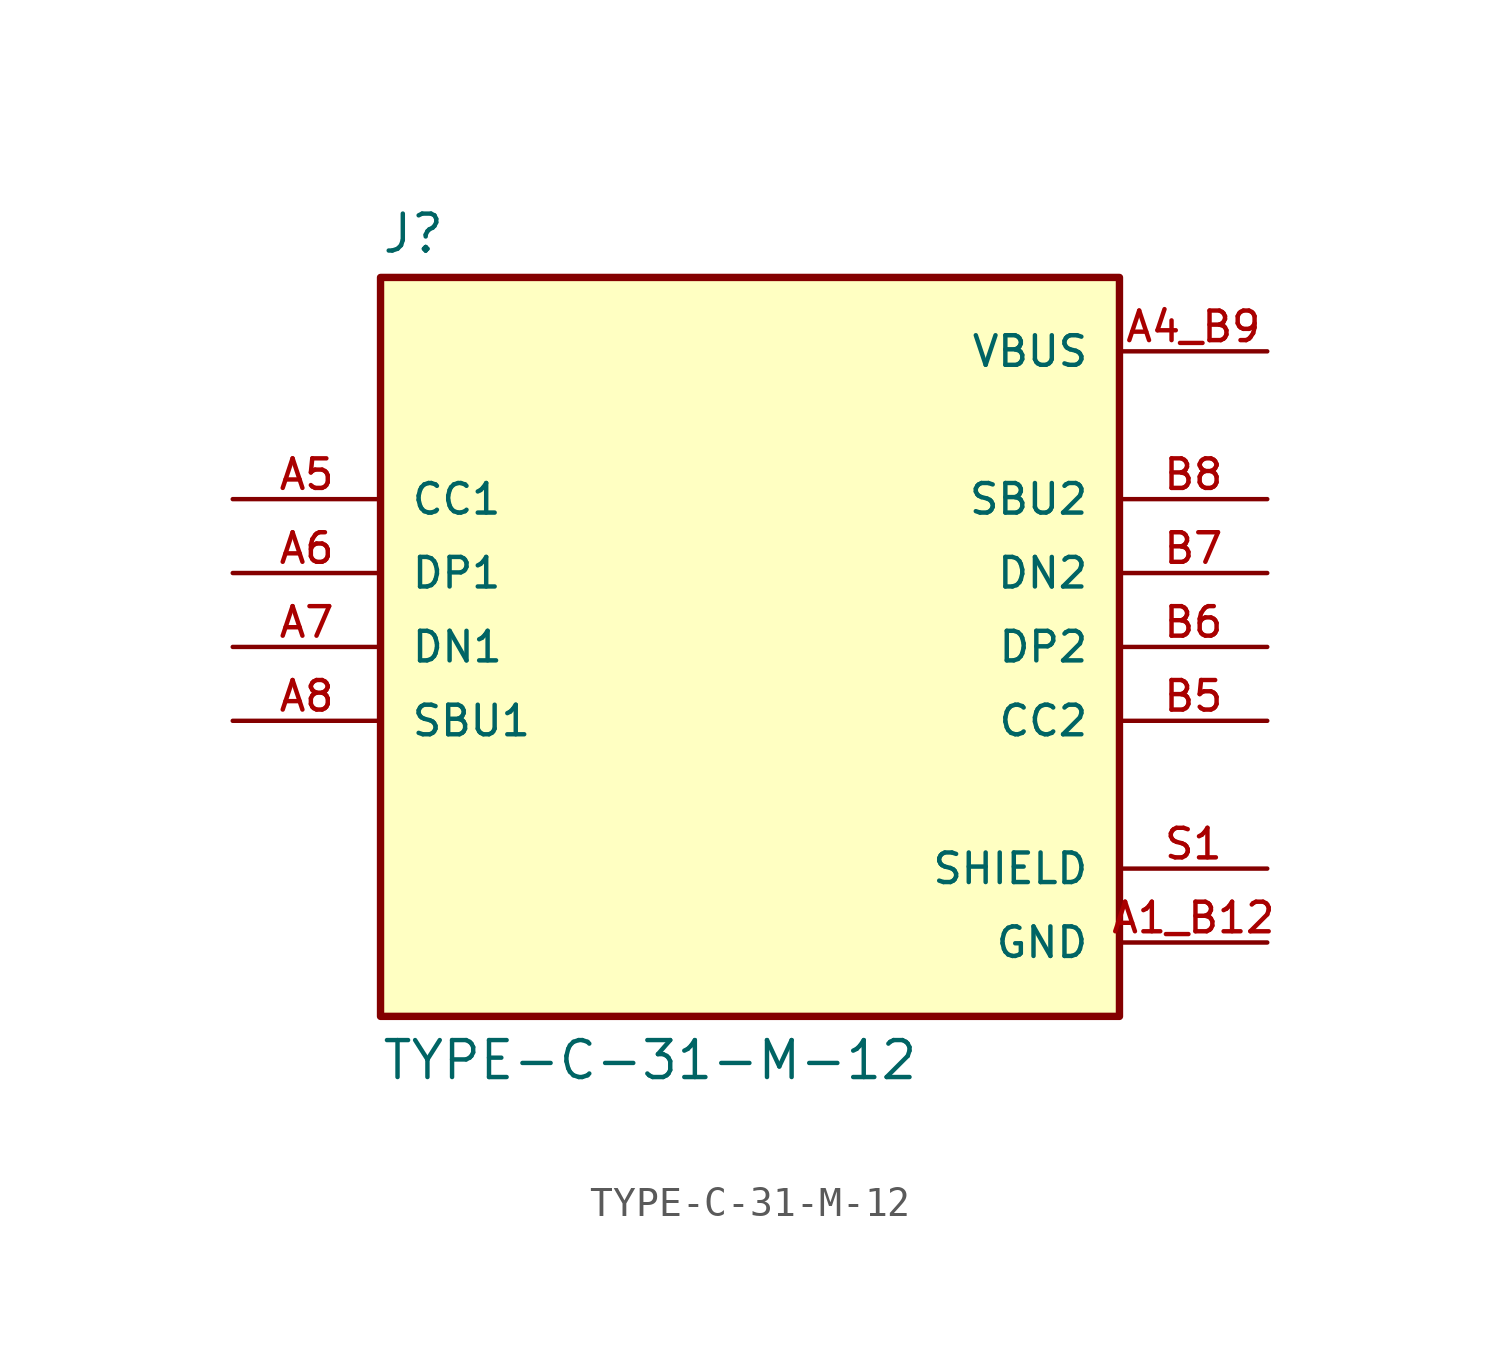
<source format=kicad_sym>
(kicad_symbol_lib
  (version 20211014)
  (generator kicad_symbol_editor)
  (symbol "TYPE-C-31-M-12"
    (pin_names
      (offset 1.016))
    (property "Reference" "J"
      (at -12.7 13.462 0)
      (effects (font (size 1.27 1.27)) (justify bottom left)))
    (property "Value" "TYPE-C-31-M-12"
      (at -12.7 -13.462 0.0)
      (effects (font (size 1.27 1.27)) (justify top left)))
    (symbol "TYPE-C-31-M-12_0_0"
      (rectangle (start -12.7 -12.7) (end 12.7 12.7) (stroke (width 0.254)) (fill (type background)))
      (pin bidirectional line (at -17.78 2.54 0) (length 5.08) (name "DP1" (effects (font (size 1.016 1.016)))) (number "A6" (effects (font (size 1.016 1.016)))))
      (pin bidirectional line (at -17.78 5.08 0) (length 5.08) (name "CC1" (effects (font (size 1.016 1.016)))) (number "A5" (effects (font (size 1.016 1.016)))))
      (pin bidirectional line (at -17.78 -2.54 0) (length 5.08) (name "SBU1" (effects (font (size 1.016 1.016)))) (number "A8" (effects (font (size 1.016 1.016)))))
      (pin bidirectional line (at -17.78 0.0 0) (length 5.08) (name "DN1" (effects (font (size 1.016 1.016)))) (number "A7" (effects (font (size 1.016 1.016)))))
      (pin passive line (at 17.78 -7.62 180.0) (length 5.08) (name "SHIELD" (effects (font (size 1.016 1.016)))) (number "S1" (effects (font (size 1.016 1.016)))))
      (pin passive line (at 17.78 -7.62 180.0) (length 5.08) hide (name "SHIELD" (effects (font (size 1.016 1.016)))) (number "S2" (effects (font (size 1.016 1.016)))))
      (pin passive line (at 17.78 -7.62 180.0) (length 5.08) hide (name "SHIELD" (effects (font (size 1.016 1.016)))) (number "S3" (effects (font (size 1.016 1.016)))))
      (pin passive line (at 17.78 -7.62 180.0) (length 5.08) hide (name "SHIELD" (effects (font (size 1.016 1.016)))) (number "S4" (effects (font (size 1.016 1.016)))))
      (pin power_in line (at 17.78 -10.16 180.0) (length 5.08) (name "GND" (effects (font (size 1.016 1.016)))) (number "A1_B12" (effects (font (size 1.016 1.016)))))
      (pin power_in line (at 17.78 -10.16 180.0) (length 5.08) hide (name "GND" (effects (font (size 1.016 1.016)))) (number "B1_A12" (effects (font (size 1.016 1.016)))))
      (pin power_in line (at 17.78 10.16 180.0) (length 5.08) (name "VBUS" (effects (font (size 1.016 1.016)))) (number "A4_B9" (effects (font (size 1.016 1.016)))))
      (pin power_in line (at 17.78 10.16 180.0) (length 5.08) hide (name "VBUS" (effects (font (size 1.016 1.016)))) (number "B4_A9" (effects (font (size 1.016 1.016)))))
      (pin bidirectional line (at 17.78 0.0 180.0) (length 5.08) (name "DP2" (effects (font (size 1.016 1.016)))) (number "B6" (effects (font (size 1.016 1.016)))))
      (pin bidirectional line (at 17.78 -2.54 180.0) (length 5.08) (name "CC2" (effects (font (size 1.016 1.016)))) (number "B5" (effects (font (size 1.016 1.016)))))
      (pin bidirectional line (at 17.78 5.08 180.0) (length 5.08) (name "SBU2" (effects (font (size 1.016 1.016)))) (number "B8" (effects (font (size 1.016 1.016)))))
      (pin bidirectional line (at 17.78 2.54 180.0) (length 5.08) (name "DN2" (effects (font (size 1.016 1.016)))) (number "B7" (effects (font (size 1.016 1.016))))))))
</source>
